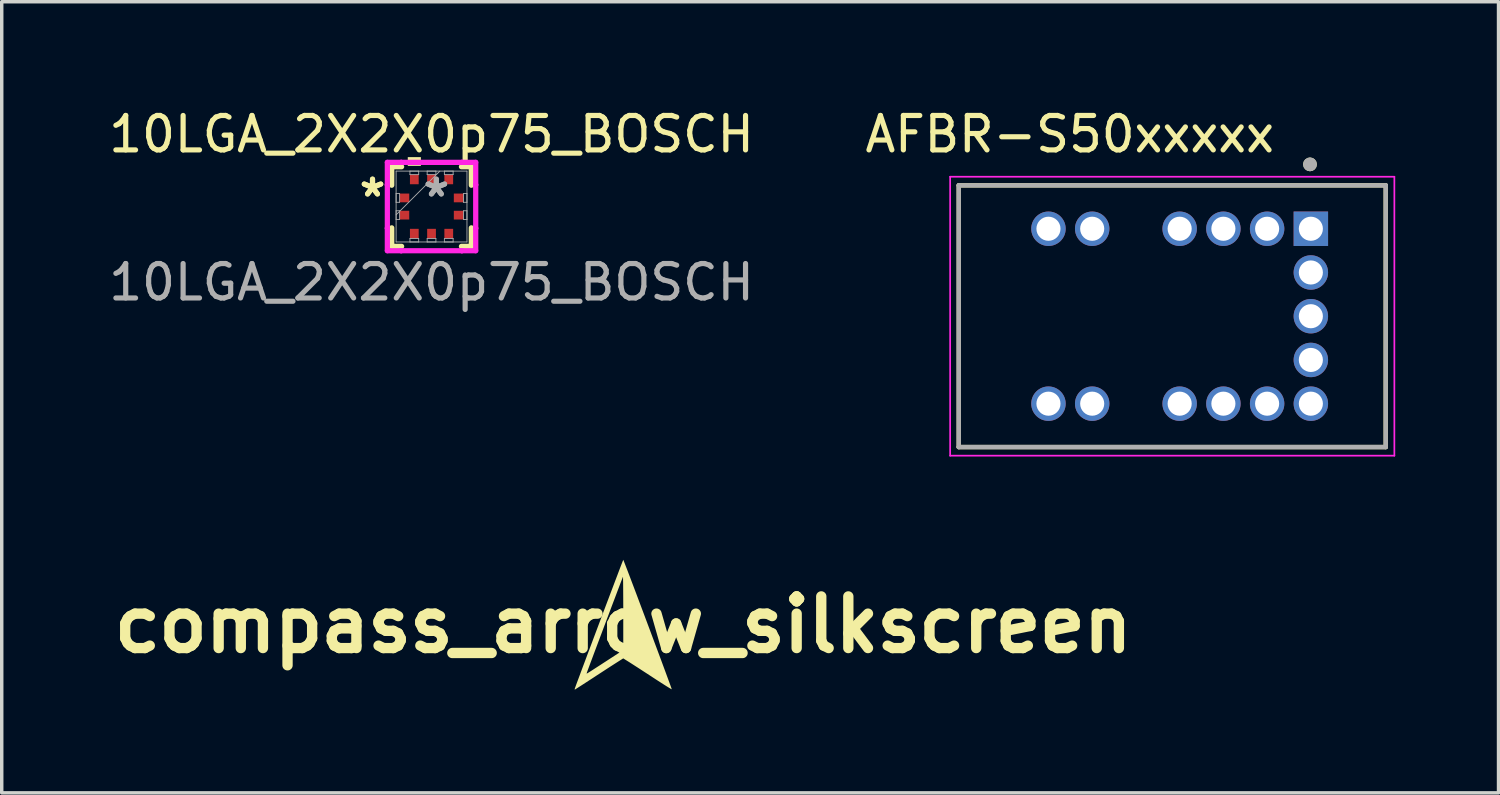
<source format=kicad_pcb>
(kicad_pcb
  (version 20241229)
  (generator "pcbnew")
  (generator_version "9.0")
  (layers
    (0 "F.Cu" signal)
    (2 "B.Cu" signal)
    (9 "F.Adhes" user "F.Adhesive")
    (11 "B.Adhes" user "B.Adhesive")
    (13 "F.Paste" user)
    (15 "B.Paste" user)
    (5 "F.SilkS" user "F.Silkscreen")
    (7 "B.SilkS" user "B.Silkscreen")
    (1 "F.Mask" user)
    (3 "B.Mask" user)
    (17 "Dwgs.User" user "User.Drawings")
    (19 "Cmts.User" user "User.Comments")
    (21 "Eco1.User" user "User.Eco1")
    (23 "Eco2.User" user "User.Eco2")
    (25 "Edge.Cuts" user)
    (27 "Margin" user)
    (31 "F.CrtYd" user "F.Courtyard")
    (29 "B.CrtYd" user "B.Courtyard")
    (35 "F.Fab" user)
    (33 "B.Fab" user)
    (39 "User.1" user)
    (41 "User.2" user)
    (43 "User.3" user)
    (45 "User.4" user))
  (footprint "10LGA_2X2X0p75_BOSCH"
    (layer "F.Cu")
    (at 9.482 2.948)
    (property "Reference" "10LGA_2X2X0p75_BOSCH" (at 0 -2.1 0) (unlocked yes) (layer "F.SilkS") (effects (font (size 1 1) (thickness 0.15))))
    (attr smd)
    (fp_line (start -1.156 -1.156) (end -1.156 -0.619) (stroke (width 0.152) (type solid)) (layer "F.SilkS"))
    (fp_line (start -1.156 0.619) (end -1.156 1.156) (stroke (width 0.152) (type solid)) (layer "F.SilkS"))
    (fp_line (start -1.156 1.156) (end -0.869 1.156) (stroke (width 0.152) (type solid)) (layer "F.SilkS"))
    (fp_line (start -0.869 -1.156) (end -1.156 -1.156) (stroke (width 0.152) (type solid)) (layer "F.SilkS"))
    (fp_line (start 0.869 1.156) (end 1.156 1.156) (stroke (width 0.152) (type solid)) (layer "F.SilkS"))
    (fp_line (start 1.156 -1.156) (end 0.869 -1.156) (stroke (width 0.152) (type solid)) (layer "F.SilkS"))
    (fp_line (start 1.156 -0.619) (end 1.156 -1.156) (stroke (width 0.152) (type solid)) (layer "F.SilkS"))
    (fp_line (start 1.156 1.156) (end 1.156 0.619) (stroke (width 0.152) (type solid)) (layer "F.SilkS"))
    (fp_poly (pts (xy -0.69 -1.181) (xy -0.69 -1.435) (xy -0.309 -1.435) (xy -0.309 -1.181)) (stroke (width 0) (type solid)) (fill yes) (layer "F.SilkS"))
    (fp_line (start -1.283 -1.283) (end -0.881 -1.283) (stroke (width 0.152) (type solid)) (layer "F.CrtYd"))
    (fp_line (start -1.283 -0.631) (end -1.283 -1.283) (stroke (width 0.152) (type solid)) (layer "F.CrtYd"))
    (fp_line (start -1.283 -0.631) (end -1.283 -0.631) (stroke (width 0.152) (type solid)) (layer "F.CrtYd"))
    (fp_line (start -1.283 0.631) (end -1.283 -0.631) (stroke (width 0.152) (type solid)) (layer "F.CrtYd"))
    (fp_line (start -1.283 0.631) (end -1.283 0.631) (stroke (width 0.152) (type solid)) (layer "F.CrtYd"))
    (fp_line (start -1.283 1.283) (end -1.283 0.631) (stroke (width 0.152) (type solid)) (layer "F.CrtYd"))
    (fp_line (start -0.881 -1.283) (end -0.881 -1.283) (stroke (width 0.152) (type solid)) (layer "F.CrtYd"))
    (fp_line (start -0.881 -1.283) (end 0.881 -1.283) (stroke (width 0.152) (type solid)) (layer "F.CrtYd"))
    (fp_line (start -0.881 1.283) (end -1.283 1.283) (stroke (width 0.152) (type solid)) (layer "F.CrtYd"))
    (fp_line (start -0.881 1.283) (end -0.881 1.283) (stroke (width 0.152) (type solid)) (layer "F.CrtYd"))
    (fp_line (start 0.881 -1.283) (end 0.881 -1.283) (stroke (width 0.152) (type solid)) (layer "F.CrtYd"))
    (fp_line (start 0.881 -1.283) (end 1.283 -1.283) (stroke (width 0.152) (type solid)) (layer "F.CrtYd"))
    (fp_line (start 0.881 1.283) (end -0.881 1.283) (stroke (width 0.152) (type solid)) (layer "F.CrtYd"))
    (fp_line (start 0.881 1.283) (end 0.881 1.283) (stroke (width 0.152) (type solid)) (layer "F.CrtYd"))
    (fp_line (start 1.283 -1.283) (end 1.283 -0.631) (stroke (width 0.152) (type solid)) (layer "F.CrtYd"))
    (fp_line (start 1.283 -0.631) (end 1.283 -0.631) (stroke (width 0.152) (type solid)) (layer "F.CrtYd"))
    (fp_line (start 1.283 -0.631) (end 1.283 0.631) (stroke (width 0.152) (type solid)) (layer "F.CrtYd"))
    (fp_line (start 1.283 0.631) (end 1.283 0.631) (stroke (width 0.152) (type solid)) (layer "F.CrtYd"))
    (fp_line (start 1.283 0.631) (end 1.283 1.283) (stroke (width 0.152) (type solid)) (layer "F.CrtYd"))
    (fp_line (start 1.283 1.283) (end 0.881 1.283) (stroke (width 0.152) (type solid)) (layer "F.CrtYd"))
    (fp_line (start -1.029 -1.029) (end -1.029 1.029) (stroke (width 0.025) (type solid)) (layer "F.Fab"))
    (fp_line (start -1.029 -0.377) (end -0.927 -0.377) (stroke (width 0.025) (type solid)) (layer "F.Fab"))
    (fp_line (start -1.029 -0.123) (end -1.029 -0.377) (stroke (width 0.025) (type solid)) (layer "F.Fab"))
    (fp_line (start -1.029 0.123) (end -0.927 0.123) (stroke (width 0.025) (type solid)) (layer "F.Fab"))
    (fp_line (start -1.029 0.241) (end 0.241 -1.029) (stroke (width 0.025) (type solid)) (layer "F.Fab"))
    (fp_line (start -1.029 0.377) (end -1.029 0.123) (stroke (width 0.025) (type solid)) (layer "F.Fab"))
    (fp_line (start -1.029 1.029) (end 1.029 1.029) (stroke (width 0.025) (type solid)) (layer "F.Fab"))
    (fp_line (start -0.927 -0.377) (end -0.927 -0.123) (stroke (width 0.025) (type solid)) (layer "F.Fab"))
    (fp_line (start -0.927 -0.123) (end -1.029 -0.123) (stroke (width 0.025) (type solid)) (layer "F.Fab"))
    (fp_line (start -0.927 0.123) (end -0.927 0.377) (stroke (width 0.025) (type solid)) (layer "F.Fab"))
    (fp_line (start -0.927 0.377) (end -1.029 0.377) (stroke (width 0.025) (type solid)) (layer "F.Fab"))
    (fp_line (start -0.627 -1.029) (end -0.373 -1.029) (stroke (width 0.025) (type solid)) (layer "F.Fab"))
    (fp_line (start -0.627 -0.927) (end -0.627 -1.029) (stroke (width 0.025) (type solid)) (layer "F.Fab"))
    (fp_line (start -0.627 0.927) (end -0.373 0.927) (stroke (width 0.025) (type solid)) (layer "F.Fab"))
    (fp_line (start -0.627 1.029) (end -0.627 0.927) (stroke (width 0.025) (type solid)) (layer "F.Fab"))
    (fp_line (start -0.373 -1.029) (end -0.373 -0.927) (stroke (width 0.025) (type solid)) (layer "F.Fab"))
    (fp_line (start -0.373 -0.927) (end -0.627 -0.927) (stroke (width 0.025) (type solid)) (layer "F.Fab"))
    (fp_line (start -0.373 0.927) (end -0.373 1.029) (stroke (width 0.025) (type solid)) (layer "F.Fab"))
    (fp_line (start -0.373 1.029) (end -0.627 1.029) (stroke (width 0.025) (type solid)) (layer "F.Fab"))
    (fp_line (start -0.127 -1.029) (end 0.127 -1.029) (stroke (width 0.025) (type solid)) (layer "F.Fab"))
    (fp_line (start -0.127 -0.927) (end -0.127 -1.029) (stroke (width 0.025) (type solid)) (layer "F.Fab"))
    (fp_line (start -0.127 0.927) (end 0.127 0.927) (stroke (width 0.025) (type solid)) (layer "F.Fab"))
    (fp_line (start -0.127 1.029) (end -0.127 0.927) (stroke (width 0.025) (type solid)) (layer "F.Fab"))
    (fp_line (start 0.127 -1.029) (end 0.127 -0.927) (stroke (width 0.025) (type solid)) (layer "F.Fab"))
    (fp_line (start 0.127 -0.927) (end -0.127 -0.927) (stroke (width 0.025) (type solid)) (layer "F.Fab"))
    (fp_line (start 0.127 0.927) (end 0.127 1.029) (stroke (width 0.025) (type solid)) (layer "F.Fab"))
    (fp_line (start 0.127 1.029) (end -0.127 1.029) (stroke (width 0.025) (type solid)) (layer "F.Fab"))
    (fp_line (start 0.373 -1.029) (end 0.627 -1.029) (stroke (width 0.025) (type solid)) (layer "F.Fab"))
    (fp_line (start 0.373 -0.927) (end 0.373 -1.029) (stroke (width 0.025) (type solid)) (layer "F.Fab"))
    (fp_line (start 0.373 0.927) (end 0.627 0.927) (stroke (width 0.025) (type solid)) (layer "F.Fab"))
    (fp_line (start 0.373 1.029) (end 0.373 0.927) (stroke (width 0.025) (type solid)) (layer "F.Fab"))
    (fp_line (start 0.627 -1.029) (end 0.627 -0.927) (stroke (width 0.025) (type solid)) (layer "F.Fab"))
    (fp_line (start 0.627 -0.927) (end 0.373 -0.927) (stroke (width 0.025) (type solid)) (layer "F.Fab"))
    (fp_line (start 0.627 0.927) (end 0.627 1.029) (stroke (width 0.025) (type solid)) (layer "F.Fab"))
    (fp_line (start 0.627 1.029) (end 0.373 1.029) (stroke (width 0.025) (type solid)) (layer "F.Fab"))
    (fp_line (start 0.927 -0.377) (end 1.029 -0.377) (stroke (width 0.025) (type solid)) (layer "F.Fab"))
    (fp_line (start 0.927 -0.123) (end 0.927 -0.377) (stroke (width 0.025) (type solid)) (layer "F.Fab"))
    (fp_line (start 0.927 0.123) (end 1.029 0.123) (stroke (width 0.025) (type solid)) (layer "F.Fab"))
    (fp_line (start 0.927 0.377) (end 0.927 0.123) (stroke (width 0.025) (type solid)) (layer "F.Fab"))
    (fp_line (start 1.029 -1.029) (end -1.029 -1.029) (stroke (width 0.025) (type solid)) (layer "F.Fab"))
    (fp_line (start 1.029 -0.377) (end 1.029 -0.123) (stroke (width 0.025) (type solid)) (layer "F.Fab"))
    (fp_line (start 1.029 -0.123) (end 0.927 -0.123) (stroke (width 0.025) (type solid)) (layer "F.Fab"))
    (fp_line (start 1.029 0.123) (end 1.029 0.377) (stroke (width 0.025) (type solid)) (layer "F.Fab"))
    (fp_line (start 1.029 0.377) (end 0.927 0.377) (stroke (width 0.025) (type solid)) (layer "F.Fab"))
    (fp_line (start 1.029 1.029) (end 1.029 -1.029) (stroke (width 0.025) (type solid)) (layer "F.Fab"))
    (fp_text user "*" (at -1.714 -0.25 0) (layer "F.SilkS") (effects (font (size 1 1) (thickness 0.15))))
    (fp_text user "*" (at -1.714 -0.25 0) (unlocked yes) (layer "F.SilkS") (effects (font (size 1 1) (thickness 0.15))))
    (fp_text user "*" (at 0.14 -0.25 0) (unlocked yes) (layer "F.Fab") (effects (font (size 1 1) (thickness 0.15))))
    (fp_text user "*" (at 0.14 -0.25 0) (layer "F.Fab") (effects (font (size 1 1) (thickness 0.15))))
    (fp_text user "${REFERENCE}" (at 0 2.2 0) (unlocked yes) (layer "F.Fab") (effects (font (size 1 1) (thickness 0.15))))
    (pad "1" smd rect (at -0.787 -0.25 90) (size 0.254 0.279) (layers "F.Cu" "F.Mask" "F.Paste"))
    (pad "2" smd rect (at -0.787 0.25 90) (size 0.254 0.279) (layers "F.Cu" "F.Mask" "F.Paste"))
    (pad "3" smd rect (at -0.5 0.787) (size 0.254 0.279) (layers "F.Cu" "F.Mask" "F.Paste"))
    (pad "4" smd rect (at 0 0.787) (size 0.254 0.279) (layers "F.Cu" "F.Mask" "F.Paste"))
    (pad "5" smd rect (at 0.5 0.787) (size 0.254 0.279) (layers "F.Cu" "F.Mask" "F.Paste"))
    (pad "6" smd rect (at 0.787 0.25 90) (size 0.254 0.279) (layers "F.Cu" "F.Mask" "F.Paste"))
    (pad "7" smd rect (at 0.787 -0.25 90) (size 0.254 0.279) (layers "F.Cu" "F.Mask" "F.Paste"))
    (pad "8" smd rect (at 0.5 -0.787) (size 0.254 0.279) (layers "F.Cu" "F.Mask" "F.Paste"))
    (pad "9" smd rect (at 0 -0.787) (size 0.254 0.279) (layers "F.Cu" "F.Mask" "F.Paste"))
    (pad "10" smd rect (at -0.5 -0.787) (size 0.254 0.279) (layers "F.Cu" "F.Mask" "F.Paste")))
  (footprint "AFBR-S50xxxxx"
    (layer "F.Cu")
    (at 30.993 6.133)
    (property "Reference" "AFBR-S50xxxxx" (at -2.975 -5.285 0) (layer "F.SilkS") (effects (font (size 1 1) (thickness 0.15))))
    (attr through_hole)
    (fp_line (start -6.2 -3.8) (end 6.2 -3.8) (stroke (width 0.127) (type solid)) (layer "F.SilkS"))
    (fp_line (start -6.2 3.8) (end -6.2 -3.8) (stroke (width 0.127) (type solid)) (layer "F.SilkS"))
    (fp_line (start 6.2 -3.8) (end 6.2 3.8) (stroke (width 0.127) (type solid)) (layer "F.SilkS"))
    (fp_line (start 6.2 3.8) (end -6.2 3.8) (stroke (width 0.127) (type solid)) (layer "F.SilkS"))
    (fp_circle (center 4 -4.41) (end 4.1 -4.41) (stroke (width 0.2) (type solid)) (fill no) (layer "F.SilkS"))
    (fp_line (start -6.45 -4.05) (end 6.45 -4.05) (stroke (width 0.05) (type solid)) (layer "F.CrtYd"))
    (fp_line (start -6.45 4.05) (end -6.45 -4.05) (stroke (width 0.05) (type solid)) (layer "F.CrtYd"))
    (fp_line (start 6.45 -4.05) (end 6.45 4.05) (stroke (width 0.05) (type solid)) (layer "F.CrtYd"))
    (fp_line (start 6.45 4.05) (end -6.45 4.05) (stroke (width 0.05) (type solid)) (layer "F.CrtYd"))
    (fp_line (start -6.2 -3.8) (end 6.2 -3.8) (stroke (width 0.127) (type solid)) (layer "F.Fab"))
    (fp_line (start -6.2 3.8) (end -6.2 -3.8) (stroke (width 0.127) (type solid)) (layer "F.Fab"))
    (fp_line (start 6.2 -3.8) (end 6.2 3.8) (stroke (width 0.127) (type solid)) (layer "F.Fab"))
    (fp_line (start 6.2 3.8) (end -6.2 3.8) (stroke (width 0.127) (type solid)) (layer "F.Fab"))
    (fp_circle (center 4 -4.41) (end 4.1 -4.41) (stroke (width 0.2) (type solid)) (fill no) (layer "F.Fab"))
    (pad "1" thru_hole rect (at 4.025 -2.54) (size 1 1) (drill 0.7) (layers "*.Cu" "*.Mask"))
    (pad "2" thru_hole circle (at 2.755 -2.54) (size 1 1) (drill 0.7) (layers "*.Cu" "*.Mask"))
    (pad "3" thru_hole circle (at 1.485 -2.54) (size 1 1) (drill 0.7) (layers "*.Cu" "*.Mask"))
    (pad "4" thru_hole circle (at 0.215 -2.54) (size 1 1) (drill 0.7) (layers "*.Cu" "*.Mask"))
    (pad "5" thru_hole circle (at -2.325 -2.54) (size 1 1) (drill 0.7) (layers "*.Cu" "*.Mask"))
    (pad "6" thru_hole circle (at -3.595 -2.54) (size 1 1) (drill 0.7) (layers "*.Cu" "*.Mask"))
    (pad "7" thru_hole circle (at -3.595 2.54) (size 1 1) (drill 0.7) (layers "*.Cu" "*.Mask"))
    (pad "8" thru_hole circle (at -2.325 2.54) (size 1 1) (drill 0.7) (layers "*.Cu" "*.Mask"))
    (pad "9" thru_hole circle (at 0.215 2.54) (size 1 1) (drill 0.7) (layers "*.Cu" "*.Mask"))
    (pad "10" thru_hole circle (at 1.485 2.54) (size 1 1) (drill 0.7) (layers "*.Cu" "*.Mask"))
    (pad "11" thru_hole circle (at 2.755 2.54) (size 1 1) (drill 0.7) (layers "*.Cu" "*.Mask"))
    (pad "12" thru_hole circle (at 4.025 2.54) (size 1 1) (drill 0.7) (layers "*.Cu" "*.Mask"))
    (pad "13" thru_hole circle (at 4.025 1.27) (size 1 1) (drill 0.7) (layers "*.Cu" "*.Mask"))
    (pad "14" thru_hole circle (at 4.025 0) (size 1 1) (drill 0.7) (layers "*.Cu" "*.Mask"))
    (pad "15" thru_hole circle (at 4.025 -1.27) (size 1 1) (drill 0.7) (layers "*.Cu" "*.Mask")))
  (footprint "compass_arrow_silkscreen"
    (layer "F.Cu")
    (at 15.05 15.092)
    (property "Reference" "compass_arrow_silkscreen" (at 0 0 0) (layer "F.SilkS") (effects (font (size 1.5 1.5) (thickness 0.3))))
    (attr board_only exclude_from_pos_files exclude_from_bom)
    (fp_poly (pts (xy 0.009 -1.864) (xy 0.032 -1.806) (xy 0.068 -1.713) (xy 0.116 -1.589) (xy 0.174 -1.438) (xy 0.24 -1.263) (xy 0.314 -1.068) (xy 0.394 -0.856) (xy 0.478 -0.632) (xy 0.566 -0.398) (xy 0.656 -0.158) (xy 0.747 0.085) (xy 0.837 0.326) (xy 0.925 0.562) (xy 1.01 0.789) (xy 1.09 1.004) (xy 1.164 1.204) (xy 1.231 1.385) (xy 1.289 1.543) (xy 1.337 1.674) (xy 1.374 1.775) (xy 1.398 1.843) (xy 1.408 1.874) (xy 1.408 1.876) (xy 1.391 1.868) (xy 1.347 1.842) (xy 1.278 1.8) (xy 1.189 1.744) (xy 1.083 1.676) (xy 0.963 1.599) (xy 0.844 1.521) (xy 0.708 1.432) (xy 0.575 1.346) (xy 0.451 1.265) (xy 0.34 1.194) (xy 0.247 1.134) (xy 0.177 1.089) (xy 0.143 1.068) (xy -0.001 0.978) (xy -0.162 1.08) (xy -0.217 1.115) (xy -0.298 1.167) (xy -0.401 1.233) (xy -0.519 1.31) (xy -0.648 1.394) (xy -0.782 1.481) (xy -0.861 1.533) (xy -0.987 1.615) (xy -1.104 1.691) (xy -1.206 1.757) (xy -1.292 1.812) (xy -1.356 1.853) (xy -1.395 1.878) (xy -1.406 1.884) (xy -1.413 1.872) (xy -1.405 1.849) (xy -1.384 1.789) (xy -1.349 1.693) (xy -1.302 1.568) (xy -1.245 1.415) (xy -1.245 1.413) (xy -1.064 1.413) (xy -1.064 1.417) (xy -1.06 1.418) (xy -1.05 1.414) (xy -1.031 1.403) (xy -1 1.384) (xy -0.953 1.355) (xy -0.888 1.313) (xy -0.802 1.257) (xy -0.69 1.185) (xy -0.552 1.095) (xy -0.516 1.072) (xy 0 0.736) (xy 0 -0.333) (xy -0.000191 -0.551) (xy -0.001 -0.753) (xy -0.002 -0.936) (xy -0.003 -1.093) (xy -0.004 -1.222) (xy -0.006 -1.318) (xy -0.007 -1.376) (xy -0.009 -1.391) (xy -0.018 -1.369) (xy -0.041 -1.309) (xy -0.077 -1.217) (xy -0.123 -1.095) (xy -0.179 -0.948) (xy -0.242 -0.78) (xy -0.312 -0.596) (xy -0.386 -0.4) (xy -0.463 -0.195) (xy -0.542 0.014) (xy -0.62 0.223) (xy -0.697 0.427) (xy -0.771 0.624) (xy -0.84 0.807) (xy -0.902 0.974) (xy -0.957 1.12) (xy -1.002 1.242) (xy -1.036 1.333) (xy -1.057 1.392) (xy -1.064 1.413) (xy -1.245 1.413) (xy -1.18 1.239) (xy -1.106 1.043) (xy -1.027 0.83) (xy -0.942 0.605) (xy -0.854 0.37) (xy -0.764 0.13) (xy -0.673 -0.112) (xy -0.583 -0.352) (xy -0.494 -0.587) (xy -0.408 -0.814) (xy -0.327 -1.028) (xy -0.252 -1.227) (xy -0.184 -1.406) (xy -0.125 -1.562) (xy -0.076 -1.691) (xy -0.038 -1.79) (xy -0.012 -1.855) (xy -0.001 -1.883) (xy 0 -1.884)) (stroke (width 0) (type solid)) (fill yes) (layer "F.SilkS")))
  (gr_rect
    (start -3 -3)
    (end 40.468 19.976)
    (stroke (width 0.1) (type default))
    (fill no)
    (layer "Edge.Cuts")))
</source>
